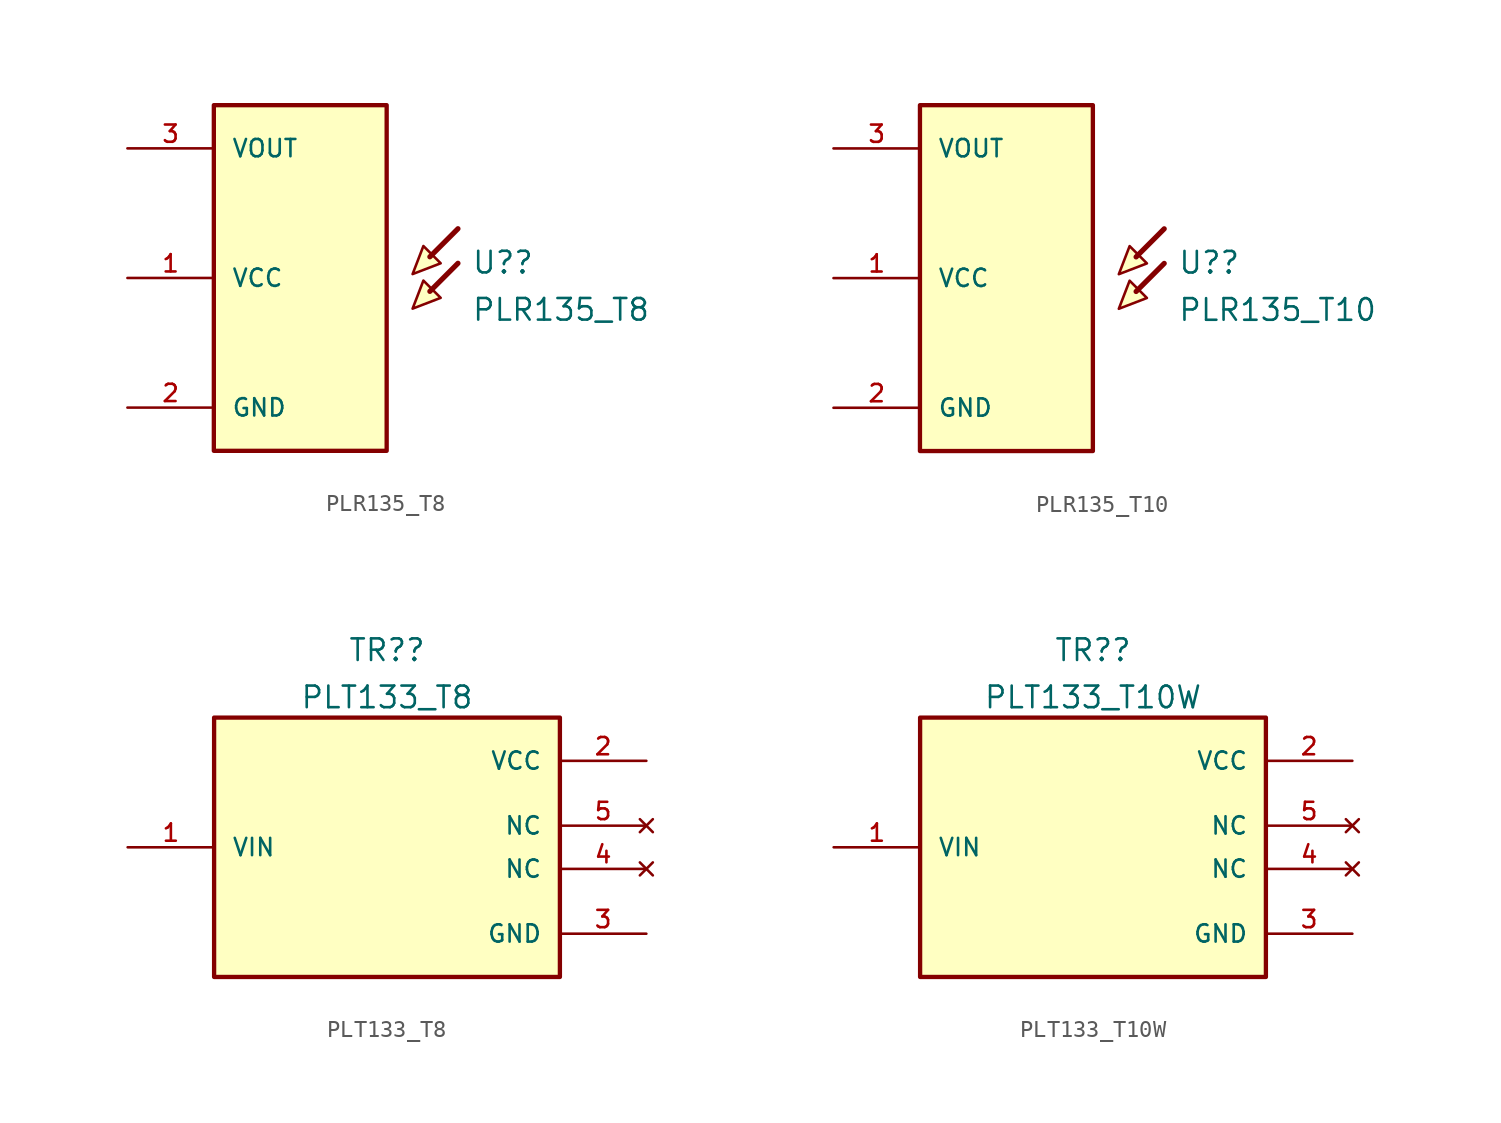
<source format=kicad_sym>
(kicad_symbol_lib
  (version 20211014)
  (generator kicad_symbol_editor)
  (symbol "PLR135_T8"
    (pin_names
      (offset 1.016))
    (property "Reference" "U?"
      (at 10.059 0.908 0)
      (effects (font (size 1.27 1.27)) (justify left)))
    (property "Value" "PLR135_T8"
      (at 10.059 -1.867 0)
      (effects (font (size 1.27 1.27)) (justify left)))
    (symbol "PLR135_T8_0_0"
      (rectangle (start -5.08 -10.16) (end 5.08 10.16) (stroke (width 0.254) (type default) (color 0 0 0 0)) (fill (type background)))
      (polyline (pts (xy 9.271 0.864) (xy 7.62 -0.787)) (stroke (width 0.305) (type default) (color 0 0 0 0)) (fill (type none)))
      (polyline (pts (xy 9.271 2.896) (xy 7.62 1.245)) (stroke (width 0.305) (type default) (color 0 0 0 0)) (fill (type none)))
      (polyline (pts (xy 6.604 -1.803) (xy 7.239 -0.152) (xy 8.255 -1.168) (xy 6.604 -1.803)) (stroke (width 0.152) (type default) (color 0 0 0 0)) (fill (type background)))
      (polyline (pts (xy 6.604 0.229) (xy 7.239 1.88) (xy 8.255 0.864) (xy 6.604 0.229)) (stroke (width 0.152) (type default) (color 0 0 0 0)) (fill (type background)))
      (pin input line (at -10.16 0 0) (length 5.08) (name "VCC" (effects (font (size 1.016 1.016)))) (number "1" (effects (font (size 1.016 1.016)))))
      (pin power_in line (at -10.16 -7.62 0) (length 5.08) (name "GND" (effects (font (size 1.016 1.016)))) (number "2" (effects (font (size 1.016 1.016)))))
      (pin output line (at -10.16 7.62 0) (length 5.08) (name "VOUT" (effects (font (size 1.016 1.016)))) (number "3" (effects (font (size 1.016 1.016)))))))
  (symbol "PLR135_T10"
    (pin_names
      (offset 1.016))
    (property "Reference" "U?"
      (at 10.059 0.908 0)
      (effects (font (size 1.27 1.27)) (justify left)))
    (property "Value" "PLR135_T10"
      (at 10.059 -1.867 0)
      (effects (font (size 1.27 1.27)) (justify left)))
    (symbol "PLR135_T10_0_0"
      (rectangle (start -5.08 -10.16) (end 5.08 10.16) (stroke (width 0.254) (type default) (color 0 0 0 0)) (fill (type background)))
      (polyline (pts (xy 9.271 0.864) (xy 7.62 -0.787)) (stroke (width 0.305) (type default) (color 0 0 0 0)) (fill (type none)))
      (polyline (pts (xy 9.271 2.896) (xy 7.62 1.245)) (stroke (width 0.305) (type default) (color 0 0 0 0)) (fill (type none)))
      (polyline (pts (xy 6.604 -1.803) (xy 7.239 -0.152) (xy 8.255 -1.168) (xy 6.604 -1.803)) (stroke (width 0.152) (type default) (color 0 0 0 0)) (fill (type background)))
      (polyline (pts (xy 6.604 0.229) (xy 7.239 1.88) (xy 8.255 0.864) (xy 6.604 0.229)) (stroke (width 0.152) (type default) (color 0 0 0 0)) (fill (type background)))
      (pin input line (at -10.16 0 0) (length 5.08) (name "VCC" (effects (font (size 1.016 1.016)))) (number "1" (effects (font (size 1.016 1.016)))))
      (pin power_in line (at -10.16 -7.62 0) (length 5.08) (name "GND" (effects (font (size 1.016 1.016)))) (number "2" (effects (font (size 1.016 1.016)))))
      (pin output line (at -10.16 7.62 0) (length 5.08) (name "VOUT" (effects (font (size 1.016 1.016)))) (number "3" (effects (font (size 1.016 1.016)))))))
  (symbol "PLT133_T8"
    (pin_names
      (offset 1.016))
    (property "Reference" "TR?"
      (at 0 11.587 0)
      (effects (font (size 1.27 1.27))))
    (property "Value" "PLT133_T8"
      (at 0 8.812 0)
      (effects (font (size 1.27 1.27))))
    (symbol "PLT133_T8_0_0"
      (rectangle (start -10.16 -7.62) (end 10.16 7.62) (stroke (width 0.254) (type default) (color 0 0 0 0)) (fill (type background)))
      (pin input line (at -15.24 0 0) (length 5.08) (name "VIN" (effects (font (size 1.016 1.016)))) (number "1" (effects (font (size 1.016 1.016)))))
      (pin power_in line (at 15.24 5.08 180) (length 5.08) (name "VCC" (effects (font (size 1.016 1.016)))) (number "2" (effects (font (size 1.016 1.016)))))
      (pin power_in line (at 15.24 -5.08 180) (length 5.08) (name "GND" (effects (font (size 1.016 1.016)))) (number "3" (effects (font (size 1.016 1.016)))))
      (pin no_connect line (at 15.24 -1.27 180) (length 5.08) (name "NC" (effects (font (size 1.016 1.016)))) (number "4" (effects (font (size 1.016 1.016)))))
      (pin no_connect line (at 15.24 1.27 180) (length 5.08) (name "NC" (effects (font (size 1.016 1.016)))) (number "5" (effects (font (size 1.016 1.016)))))))
  (symbol "PLT133_T10W"
    (pin_names
      (offset 1.016))
    (property "Reference" "TR?"
      (at 0 11.587 0)
      (effects (font (size 1.27 1.27))))
    (property "Value" "PLT133_T10W"
      (at 0 8.812 0)
      (effects (font (size 1.27 1.27))))
    (symbol "PLT133_T10W_0_0"
      (rectangle (start -10.16 -7.62) (end 10.16 7.62) (stroke (width 0.254) (type default) (color 0 0 0 0)) (fill (type background)))
      (pin input line (at -15.24 0 0) (length 5.08) (name "VIN" (effects (font (size 1.016 1.016)))) (number "1" (effects (font (size 1.016 1.016)))))
      (pin power_in line (at 15.24 5.08 180) (length 5.08) (name "VCC" (effects (font (size 1.016 1.016)))) (number "2" (effects (font (size 1.016 1.016)))))
      (pin power_in line (at 15.24 -5.08 180) (length 5.08) (name "GND" (effects (font (size 1.016 1.016)))) (number "3" (effects (font (size 1.016 1.016)))))
      (pin no_connect line (at 15.24 -1.27 180) (length 5.08) (name "NC" (effects (font (size 1.016 1.016)))) (number "4" (effects (font (size 1.016 1.016)))))
      (pin no_connect line (at 15.24 1.27 180) (length 5.08) (name "NC" (effects (font (size 1.016 1.016)))) (number "5" (effects (font (size 1.016 1.016))))))))
</source>
